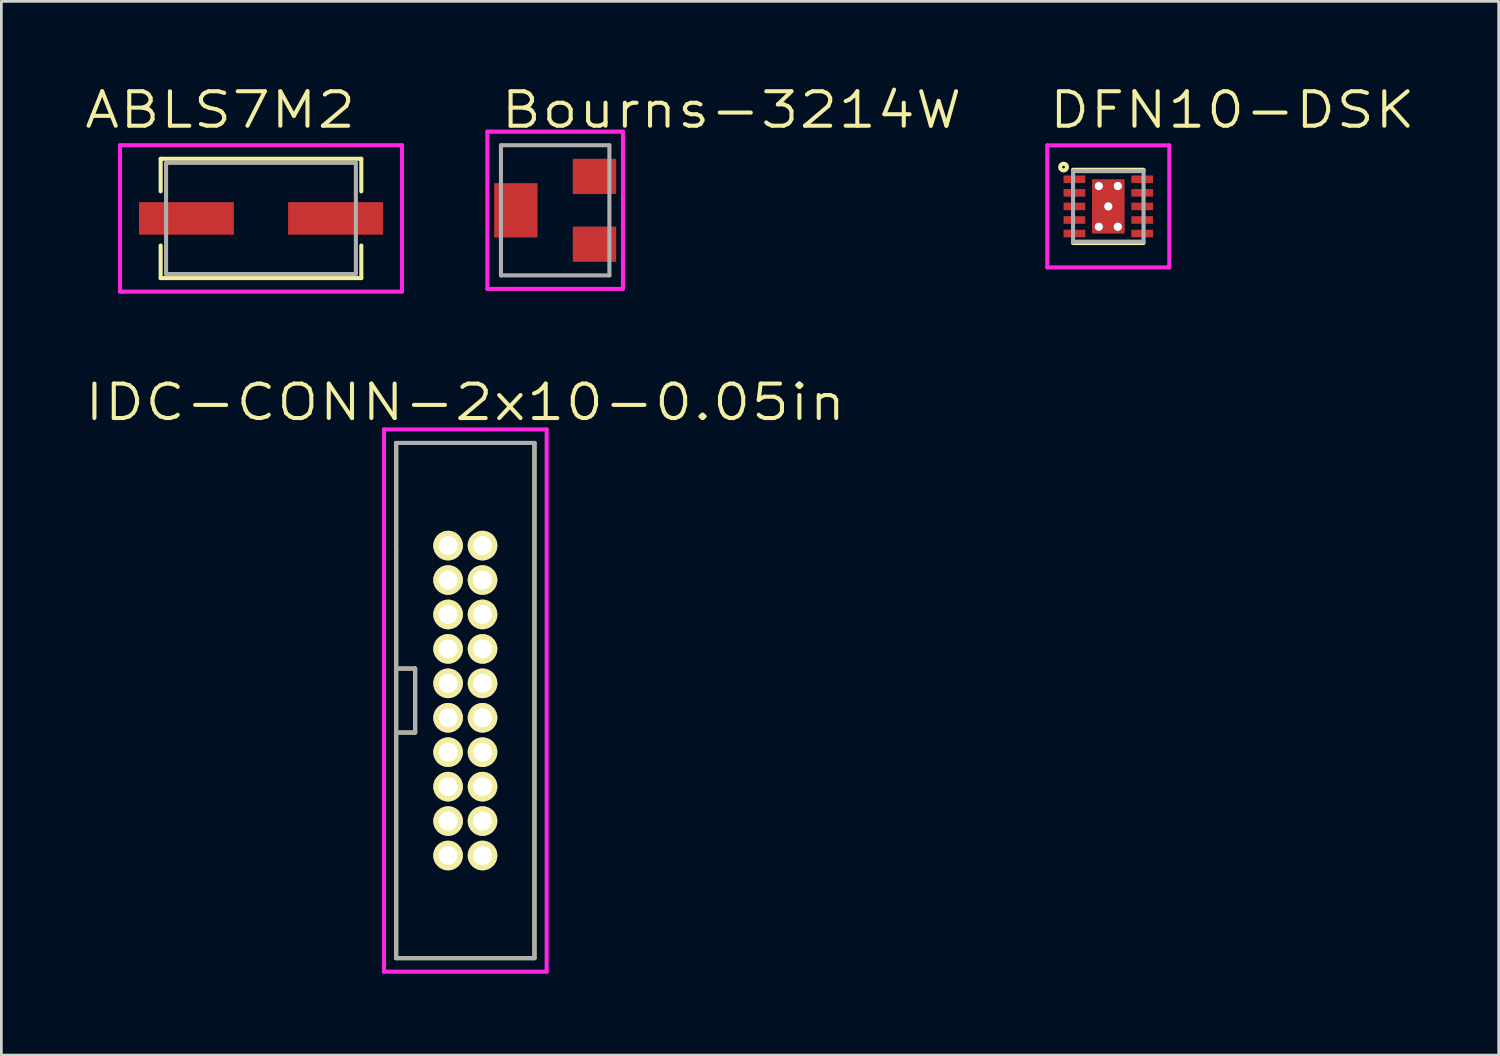
<source format=kicad_pcb>
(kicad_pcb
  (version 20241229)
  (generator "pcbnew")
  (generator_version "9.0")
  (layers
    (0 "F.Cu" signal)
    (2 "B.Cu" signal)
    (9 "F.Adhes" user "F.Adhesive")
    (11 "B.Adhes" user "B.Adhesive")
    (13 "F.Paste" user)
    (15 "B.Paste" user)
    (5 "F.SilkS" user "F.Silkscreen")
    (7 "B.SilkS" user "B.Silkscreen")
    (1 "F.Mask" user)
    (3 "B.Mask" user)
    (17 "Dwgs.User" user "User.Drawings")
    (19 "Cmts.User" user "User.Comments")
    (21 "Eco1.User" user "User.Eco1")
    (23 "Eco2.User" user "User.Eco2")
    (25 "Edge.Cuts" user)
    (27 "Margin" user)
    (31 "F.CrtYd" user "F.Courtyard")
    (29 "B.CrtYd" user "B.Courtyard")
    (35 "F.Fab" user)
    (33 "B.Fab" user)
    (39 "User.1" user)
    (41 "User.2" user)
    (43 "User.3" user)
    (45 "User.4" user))
  (footprint "IDC-CONN-2x10-0.05in"
    (layer "F.Cu")
    (at 14.111 22.787)
    (property "Reference" "IDC-CONN-2x10-0.05in" (at 0 -11 0) (layer "F.SilkS") (effects (font (size 1.27 1.5) (thickness 0.15))))
    (attr through_hole)
    (fp_line (start -2.55 -9.5) (end 2.55 -9.5) (stroke (width 0.15) (type solid)) (layer "F.SilkS"))
    (fp_line (start -2.55 -5.5) (end -2.55 -9.5) (stroke (width 0.15) (type solid)) (layer "F.SilkS"))
    (fp_line (start -2.55 -1.18) (end -1.85 -1.18) (stroke (width 0.15) (type solid)) (layer "F.SilkS"))
    (fp_line (start -2.55 9.5) (end -2.55 -5.5) (stroke (width 0.15) (type solid)) (layer "F.SilkS"))
    (fp_line (start -1.85 -1.18) (end -1.85 1.18) (stroke (width 0.15) (type solid)) (layer "F.SilkS"))
    (fp_line (start -1.85 1.18) (end -2.55 1.18) (stroke (width 0.15) (type solid)) (layer "F.SilkS"))
    (fp_line (start 2.55 -9.5) (end 2.55 9.5) (stroke (width 0.15) (type solid)) (layer "F.SilkS"))
    (fp_line (start 2.55 9.5) (end -2.55 9.5) (stroke (width 0.15) (type solid)) (layer "F.SilkS"))
    (fp_line (start -3 -10) (end 3 -10) (stroke (width 0.15) (type solid)) (layer "F.CrtYd"))
    (fp_line (start -3 10) (end -3 -10) (stroke (width 0.15) (type solid)) (layer "F.CrtYd"))
    (fp_line (start 3 -10) (end 3 10) (stroke (width 0.15) (type solid)) (layer "F.CrtYd"))
    (fp_line (start 3 10) (end -3 10) (stroke (width 0.15) (type solid)) (layer "F.CrtYd"))
    (fp_line (start -2.55 -9.5) (end 2.55 -9.5) (stroke (width 0.15) (type solid)) (layer "F.Fab"))
    (fp_line (start -2.55 -5.5) (end -2.55 -9.5) (stroke (width 0.15) (type solid)) (layer "F.Fab"))
    (fp_line (start -2.55 -1.18) (end -1.85 -1.18) (stroke (width 0.15) (type solid)) (layer "F.Fab"))
    (fp_line (start -2.55 9.5) (end -2.55 -5.5) (stroke (width 0.15) (type solid)) (layer "F.Fab"))
    (fp_line (start -1.85 -1.18) (end -1.85 1.18) (stroke (width 0.15) (type solid)) (layer "F.Fab"))
    (fp_line (start -1.85 1.18) (end -2.55 1.18) (stroke (width 0.15) (type solid)) (layer "F.Fab"))
    (fp_line (start 2.55 -9.5) (end 2.55 9.5) (stroke (width 0.15) (type solid)) (layer "F.Fab"))
    (fp_line (start 2.55 9.5) (end -2.55 9.5) (stroke (width 0.15) (type solid)) (layer "F.Fab"))
    (pad "1" thru_hole circle (at -0.635 -5.715) (size 1.092 1.092) (drill 0.7) (layers "*.Cu" "*.Mask" "F.SilkS"))
    (pad "2" thru_hole circle (at 0.635 -5.715) (size 1.092 1.092) (drill 0.7) (layers "*.Cu" "*.Mask" "F.SilkS"))
    (pad "3" thru_hole circle (at -0.635 -4.445) (size 1.092 1.092) (drill 0.7) (layers "*.Cu" "*.Mask" "F.SilkS"))
    (pad "4" thru_hole circle (at 0.635 -4.445) (size 1.092 1.092) (drill 0.7) (layers "*.Cu" "*.Mask" "F.SilkS"))
    (pad "5" thru_hole circle (at -0.635 -3.175) (size 1.092 1.092) (drill 0.7) (layers "*.Cu" "*.Mask" "F.SilkS"))
    (pad "6" thru_hole circle (at 0.635 -3.175) (size 1.092 1.092) (drill 0.7) (layers "*.Cu" "*.Mask" "F.SilkS"))
    (pad "7" thru_hole circle (at -0.635 -1.905) (size 1.092 1.092) (drill 0.7) (layers "*.Cu" "*.Mask" "F.SilkS"))
    (pad "8" thru_hole circle (at 0.635 -1.905) (size 1.092 1.092) (drill 0.7) (layers "*.Cu" "*.Mask" "F.SilkS"))
    (pad "9" thru_hole circle (at -0.635 -0.635) (size 1.092 1.092) (drill 0.7) (layers "*.Cu" "*.Mask" "F.SilkS"))
    (pad "10" thru_hole circle (at 0.635 -0.635) (size 1.092 1.092) (drill 0.7) (layers "*.Cu" "*.Mask" "F.SilkS"))
    (pad "11" thru_hole circle (at -0.635 0.635) (size 1.092 1.092) (drill 0.7) (layers "*.Cu" "*.Mask" "F.SilkS"))
    (pad "12" thru_hole circle (at 0.635 0.635) (size 1.092 1.092) (drill 0.7) (layers "*.Cu" "*.Mask" "F.SilkS"))
    (pad "13" thru_hole circle (at -0.635 1.905) (size 1.092 1.092) (drill 0.7) (layers "*.Cu" "*.Mask" "F.SilkS"))
    (pad "14" thru_hole circle (at 0.635 1.905) (size 1.092 1.092) (drill 0.7) (layers "*.Cu" "*.Mask" "F.SilkS"))
    (pad "15" thru_hole circle (at -0.635 3.175) (size 1.092 1.092) (drill 0.7) (layers "*.Cu" "*.Mask" "F.SilkS"))
    (pad "16" thru_hole circle (at 0.635 3.175) (size 1.092 1.092) (drill 0.7) (layers "*.Cu" "*.Mask" "F.SilkS"))
    (pad "17" thru_hole circle (at -0.635 4.445) (size 1.092 1.092) (drill 0.7) (layers "*.Cu" "*.Mask" "F.SilkS"))
    (pad "18" thru_hole circle (at 0.635 4.445) (size 1.092 1.092) (drill 0.7) (layers "*.Cu" "*.Mask" "F.SilkS"))
    (pad "19" thru_hole circle (at -0.635 5.715) (size 1.092 1.092) (drill 0.7) (layers "*.Cu" "*.Mask" "F.SilkS"))
    (pad "20" thru_hole circle (at 0.635 5.715) (size 1.092 1.092) (drill 0.7) (layers "*.Cu" "*.Mask" "F.SilkS")))
  (footprint "DFN10-DSK"
    (layer "F.Cu")
    (at 37.825 4.562)
    (property "Reference" "DFN10-DSK" (at 4.572 -3.556 0) (layer "F.SilkS") (effects (font (size 1.27 1.5) (thickness 0.15))))
    (attr through_hole)
    (fp_line (start -1.3 -1.35) (end 1.3 -1.35) (stroke (width 0.15) (type solid)) (layer "F.SilkS"))
    (fp_line (start -1.3 1.35) (end 1.3 1.35) (stroke (width 0.15) (type solid)) (layer "F.SilkS"))
    (fp_circle (center -1.65 -1.45) (end -1.7 -1.45) (stroke (width 0.15) (type solid)) (fill no) (layer "F.SilkS"))
    (fp_line (start -2.25 -2.25) (end 2.25 -2.25) (stroke (width 0.15) (type solid)) (layer "F.CrtYd"))
    (fp_line (start -2.25 2.25) (end -2.25 -2.25) (stroke (width 0.15) (type solid)) (layer "F.CrtYd"))
    (fp_line (start 2.25 -2.25) (end 2.25 2.25) (stroke (width 0.15) (type solid)) (layer "F.CrtYd"))
    (fp_line (start 2.25 2.25) (end -2.25 2.25) (stroke (width 0.15) (type solid)) (layer "F.CrtYd"))
    (fp_line (start -1.3 -1.3) (end 1.3 -1.3) (stroke (width 0.15) (type solid)) (layer "F.Fab"))
    (fp_line (start -1.3 1.3) (end -1.3 -1.3) (stroke (width 0.15) (type solid)) (layer "F.Fab"))
    (fp_line (start 1.3 -1.3) (end 1.3 1.3) (stroke (width 0.15) (type solid)) (layer "F.Fab"))
    (fp_line (start 1.3 1.3) (end -1.3 1.3) (stroke (width 0.15) (type solid)) (layer "F.Fab"))
    (pad "1" smd rect (at -1.25 -1) (size 0.8 0.28) (layers "F.Cu" "F.Mask" "F.Paste"))
    (pad "2" smd rect (at -1.25 -0.5) (size 0.8 0.28) (layers "F.Cu" "F.Mask" "F.Paste"))
    (pad "3" smd rect (at -1.25 0) (size 0.8 0.28) (layers "F.Cu" "F.Mask" "F.Paste"))
    (pad "4" smd rect (at -1.25 0.5) (size 0.8 0.28) (layers "F.Cu" "F.Mask" "F.Paste"))
    (pad "5" smd rect (at -1.25 1) (size 0.8 0.28) (layers "F.Cu" "F.Mask" "F.Paste"))
    (pad "6" smd rect (at 1.25 1) (size 0.8 0.28) (layers "F.Cu" "F.Mask" "F.Paste"))
    (pad "7" smd rect (at 1.25 0.5) (size 0.8 0.28) (layers "F.Cu" "F.Mask" "F.Paste"))
    (pad "8" smd rect (at 1.25 0) (size 0.8 0.28) (layers "F.Cu" "F.Mask" "F.Paste"))
    (pad "9" smd rect (at 1.25 -0.5) (size 0.8 0.28) (layers "F.Cu" "F.Mask" "F.Paste"))
    (pad "10" smd rect (at 1.25 -1) (size 0.8 0.28) (layers "F.Cu" "F.Mask" "F.Paste"))
    (pad "11" thru_hole circle (at -0.35 -0.75) (size 0.3 0.3) (drill 0.3) (layers "*.Cu"))
    (pad "11" thru_hole circle (at -0.35 0.75) (size 0.3 0.3) (drill 0.3) (layers "*.Cu"))
    (pad "11" thru_hole circle (at 0 0) (size 0.3 0.3) (drill 0.3) (layers "*.Cu"))
    (pad "11" smd rect (at 0 0) (size 1.2 2) (layers "F.Cu" "F.Mask" "F.Paste"))
    (pad "11" thru_hole circle (at 0.35 -0.75) (size 0.3 0.3) (drill 0.3) (layers "*.Cu"))
    (pad "11" thru_hole circle (at 0.35 0.75) (size 0.3 0.3) (drill 0.3) (layers "*.Cu")))
  (footprint "ABLS7M2"
    (layer "F.Cu")
    (at 6.575 5.006)
    (property "Reference" "ABLS7M2" (at -1.5 -4 0) (layer "F.SilkS") (effects (font (size 1.27 1.5) (thickness 0.15))))
    (attr through_hole)
    (fp_line (start -3.7 -2.2) (end 3.7 -2.2) (stroke (width 0.15) (type solid)) (layer "F.SilkS"))
    (fp_line (start -3.7 -1) (end -3.7 -2.2) (stroke (width 0.15) (type solid)) (layer "F.SilkS"))
    (fp_line (start -3.7 2.2) (end -3.7 1) (stroke (width 0.15) (type solid)) (layer "F.SilkS"))
    (fp_line (start 3.7 -2.2) (end 3.7 -1) (stroke (width 0.15) (type solid)) (layer "F.SilkS"))
    (fp_line (start 3.7 1) (end 3.7 2.2) (stroke (width 0.15) (type solid)) (layer "F.SilkS"))
    (fp_line (start 3.7 2.2) (end -3.7 2.2) (stroke (width 0.15) (type solid)) (layer "F.SilkS"))
    (fp_line (start -5.2 -2.7) (end 2.3 -2.7) (stroke (width 0.15) (type solid)) (layer "F.CrtYd"))
    (fp_line (start -5.2 0) (end -5.2 -2.7) (stroke (width 0.15) (type solid)) (layer "F.CrtYd"))
    (fp_line (start -5.2 2.7) (end -5.2 0) (stroke (width 0.15) (type solid)) (layer "F.CrtYd"))
    (fp_line (start -5.1 2.7) (end -5.2 2.7) (stroke (width 0.15) (type solid)) (layer "F.CrtYd"))
    (fp_line (start 2.3 -2.7) (end 5.2 -2.7) (stroke (width 0.15) (type solid)) (layer "F.CrtYd"))
    (fp_line (start 5.2 -2.7) (end 5.2 2.7) (stroke (width 0.15) (type solid)) (layer "F.CrtYd"))
    (fp_line (start 5.2 2.7) (end -5.1 2.7) (stroke (width 0.15) (type solid)) (layer "F.CrtYd"))
    (fp_line (start -3.5 -2.05) (end -3.5 2.05) (stroke (width 0.15) (type solid)) (layer "F.Fab"))
    (fp_line (start -3.5 2.05) (end 3.5 2.05) (stroke (width 0.15) (type solid)) (layer "F.Fab"))
    (fp_line (start 3.5 -2.05) (end -3.5 -2.05) (stroke (width 0.15) (type solid)) (layer "F.Fab"))
    (fp_line (start 3.5 2.05) (end 3.5 -2.05) (stroke (width 0.15) (type solid)) (layer "F.Fab"))
    (pad "1" smd rect (at -2.75 0 90) (size 1.2 3.5) (layers "F.Cu" "F.Mask" "F.Paste"))
    (pad "2" smd rect (at 2.75 0 90) (size 1.2 3.5) (layers "F.Cu" "F.Mask" "F.Paste")))
  (footprint "Bourns-3214W"
    (layer "F.Cu")
    (at 17.425 4.706)
    (property "Reference" "Bourns-3214W" (at 6.5 -3.7 0) (layer "F.SilkS") (effects (font (size 1.27 1.5) (thickness 0.15))))
    (attr through_hole)
    (fp_line (start -2.5 -2.9) (end -2.5 2.9) (stroke (width 0.15) (type solid)) (layer "F.CrtYd"))
    (fp_line (start -2.5 2.9) (end 2.5 2.9) (stroke (width 0.15) (type solid)) (layer "F.CrtYd"))
    (fp_line (start 2.5 -2.9) (end -2.5 -2.9) (stroke (width 0.15) (type solid)) (layer "F.CrtYd"))
    (fp_line (start 2.5 2.9) (end 2.5 -2.9) (stroke (width 0.15) (type solid)) (layer "F.CrtYd"))
    (fp_line (start -2 -2.4) (end 2 -2.4) (stroke (width 0.15) (type solid)) (layer "F.Fab"))
    (fp_line (start -2 2.4) (end -2 -2.4) (stroke (width 0.15) (type solid)) (layer "F.Fab"))
    (fp_line (start 2 -2.4) (end 2 2.4) (stroke (width 0.15) (type solid)) (layer "F.Fab"))
    (fp_line (start 2 2.4) (end -2 2.4) (stroke (width 0.15) (type solid)) (layer "F.Fab"))
    (pad "1" smd rect (at 1.45 -1.25) (size 1.6 1.3) (layers "F.Cu" "F.Mask" "F.Paste"))
    (pad "2" smd rect (at -1.45 0) (size 1.6 2) (layers "F.Cu" "F.Mask" "F.Paste"))
    (pad "3" smd rect (at 1.45 1.25) (size 1.6 1.3) (layers "F.Cu" "F.Mask" "F.Paste")))
  (gr_rect
    (start -3 -3)
    (end 52.222 35.862)
    (stroke (width 0.1) (type default))
    (fill no)
    (layer "Edge.Cuts")))
</source>
